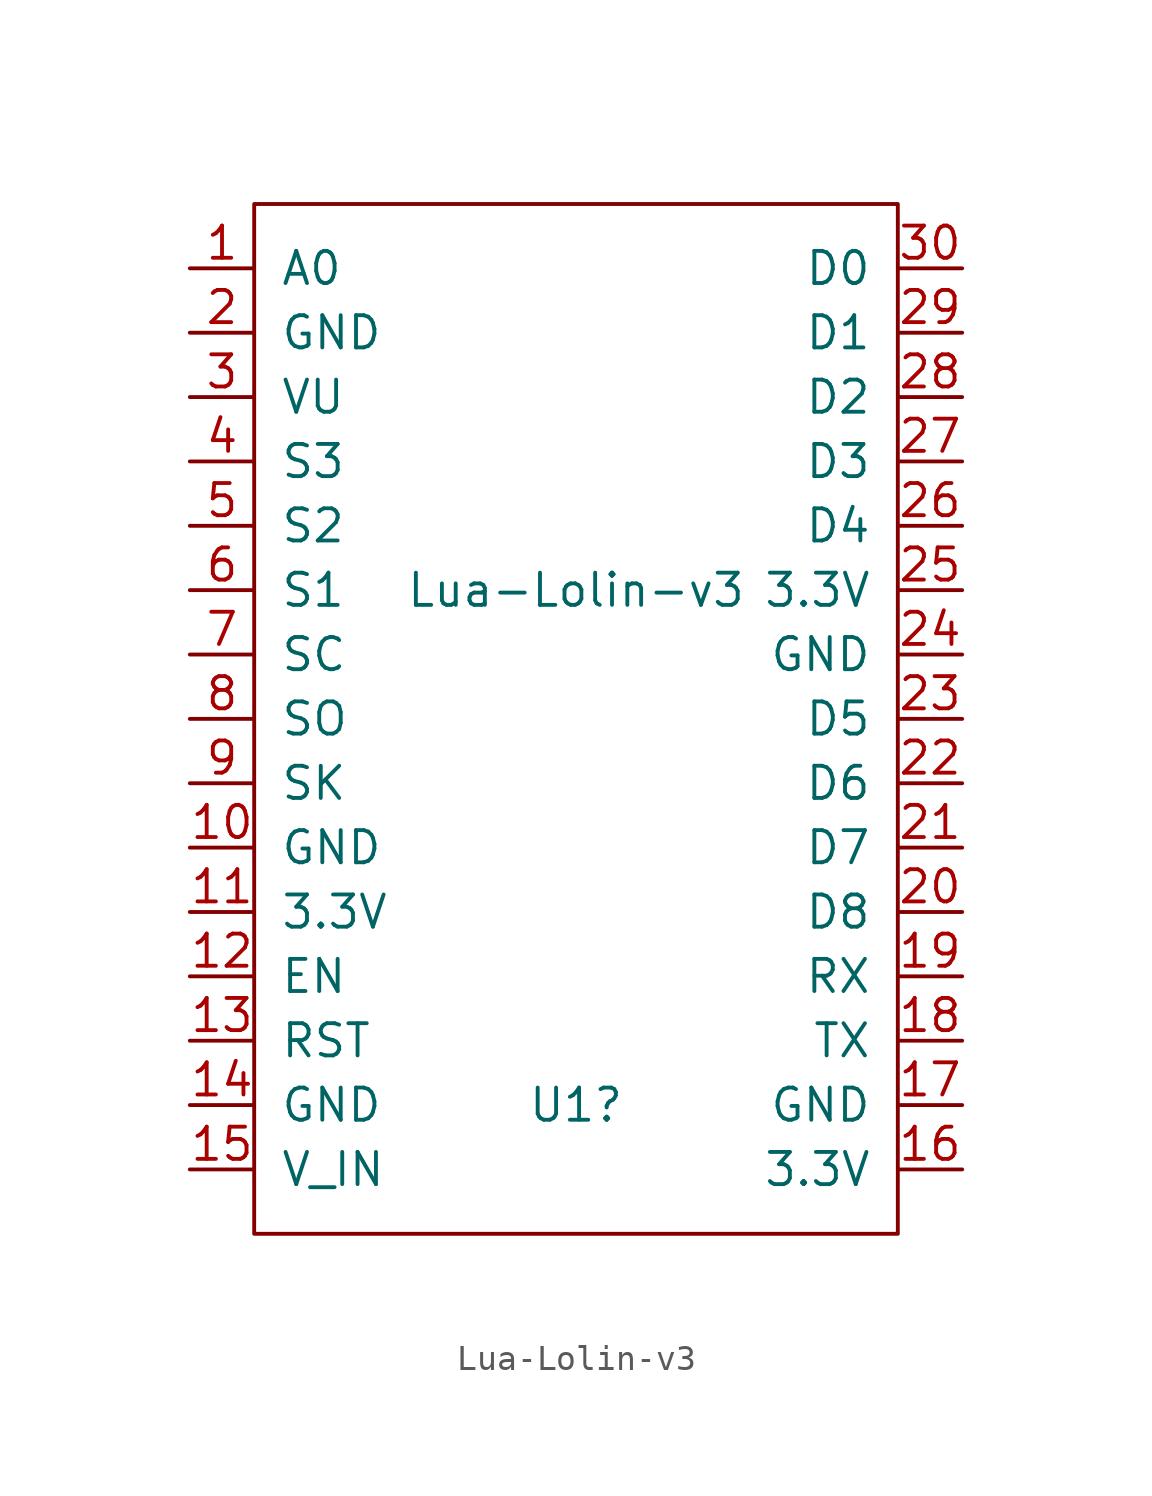
<source format=kicad_sym>
(kicad_symbol_lib
  (version 20211014)
  (generator kicad_symbol_editor)
  (symbol "Lua-Lolin-v3"
    (pin_names
      (offset 1.016))
    (property "Reference" "U1"
      (at 0 -15.24 0)
      (effects (font (size 1.27 1.27))))
    (property "Value" "Lua-Lolin-v3"
      (at 0 5.08 0)
      (effects (font (size 1.27 1.27))))
    (symbol "Lua-Lolin-v3_0_1"
      (rectangle (start -12.7 20.32) (end 12.7 -20.32) (stroke (width 0) (type default) (color 0 0 0 0)) (fill (type none))))
    (symbol "Lua-Lolin-v3_1_1"
      (pin bidirectional line (at -15.24 17.78 0) (length 2.54) (name "A0" (effects (font (size 1.27 1.27)))) (number "1" (effects (font (size 1.27 1.27)))))
      (pin power_in line (at -15.24 -5.08 0) (length 2.54) (name "GND" (effects (font (size 1.27 1.27)))) (number "10" (effects (font (size 1.27 1.27)))))
      (pin power_out line (at -15.24 -7.62 0) (length 2.54) (name "3.3V" (effects (font (size 1.27 1.27)))) (number "11" (effects (font (size 1.27 1.27)))))
      (pin input line (at -15.24 -10.16 0) (length 2.54) (name "EN" (effects (font (size 1.27 1.27)))) (number "12" (effects (font (size 1.27 1.27)))))
      (pin input line (at -15.24 -12.7 0) (length 2.54) (name "RST" (effects (font (size 1.27 1.27)))) (number "13" (effects (font (size 1.27 1.27)))))
      (pin power_in line (at -15.24 -15.24 0) (length 2.54) (name "GND" (effects (font (size 1.27 1.27)))) (number "14" (effects (font (size 1.27 1.27)))))
      (pin power_in line (at -15.24 -17.78 0) (length 2.54) (name "V_IN" (effects (font (size 1.27 1.27)))) (number "15" (effects (font (size 1.27 1.27)))))
      (pin power_out line (at 15.24 -17.78 180) (length 2.54) (name "3.3V" (effects (font (size 1.27 1.27)))) (number "16" (effects (font (size 1.27 1.27)))))
      (pin power_in line (at 15.24 -15.24 180) (length 2.54) (name "GND" (effects (font (size 1.27 1.27)))) (number "17" (effects (font (size 1.27 1.27)))))
      (pin output line (at 15.24 -12.7 180) (length 2.54) (name "TX" (effects (font (size 1.27 1.27)))) (number "18" (effects (font (size 1.27 1.27)))))
      (pin input line (at 15.24 -10.16 180) (length 2.54) (name "RX" (effects (font (size 1.27 1.27)))) (number "19" (effects (font (size 1.27 1.27)))))
      (pin power_in line (at -15.24 15.24 0) (length 2.54) (name "GND" (effects (font (size 1.27 1.27)))) (number "2" (effects (font (size 1.27 1.27)))))
      (pin bidirectional line (at 15.24 -7.62 180) (length 2.54) (name "D8" (effects (font (size 1.27 1.27)))) (number "20" (effects (font (size 1.27 1.27)))))
      (pin bidirectional line (at 15.24 -5.08 180) (length 2.54) (name "D7" (effects (font (size 1.27 1.27)))) (number "21" (effects (font (size 1.27 1.27)))))
      (pin bidirectional line (at 15.24 -2.54 180) (length 2.54) (name "D6" (effects (font (size 1.27 1.27)))) (number "22" (effects (font (size 1.27 1.27)))))
      (pin bidirectional line (at 15.24 0 180) (length 2.54) (name "D5" (effects (font (size 1.27 1.27)))) (number "23" (effects (font (size 1.27 1.27)))))
      (pin power_in line (at 15.24 2.54 180) (length 2.54) (name "GND" (effects (font (size 1.27 1.27)))) (number "24" (effects (font (size 1.27 1.27)))))
      (pin output line (at 15.24 5.08 180) (length 2.54) (name "3.3V" (effects (font (size 1.27 1.27)))) (number "25" (effects (font (size 1.27 1.27)))))
      (pin bidirectional line (at 15.24 7.62 180) (length 2.54) (name "D4" (effects (font (size 1.27 1.27)))) (number "26" (effects (font (size 1.27 1.27)))))
      (pin bidirectional line (at 15.24 10.16 180) (length 2.54) (name "D3" (effects (font (size 1.27 1.27)))) (number "27" (effects (font (size 1.27 1.27)))))
      (pin bidirectional line (at 15.24 12.7 180) (length 2.54) (name "D2" (effects (font (size 1.27 1.27)))) (number "28" (effects (font (size 1.27 1.27)))))
      (pin bidirectional line (at 15.24 15.24 180) (length 2.54) (name "D1" (effects (font (size 1.27 1.27)))) (number "29" (effects (font (size 1.27 1.27)))))
      (pin power_in line (at -15.24 12.7 0) (length 2.54) (name "VU" (effects (font (size 1.27 1.27)))) (number "3" (effects (font (size 1.27 1.27)))))
      (pin bidirectional line (at 15.24 17.78 180) (length 2.54) (name "D0" (effects (font (size 1.27 1.27)))) (number "30" (effects (font (size 1.27 1.27)))))
      (pin bidirectional line (at -15.24 10.16 0) (length 2.54) (name "S3" (effects (font (size 1.27 1.27)))) (number "4" (effects (font (size 1.27 1.27)))))
      (pin bidirectional line (at -15.24 7.62 0) (length 2.54) (name "S2" (effects (font (size 1.27 1.27)))) (number "5" (effects (font (size 1.27 1.27)))))
      (pin bidirectional line (at -15.24 5.08 0) (length 2.54) (name "S1" (effects (font (size 1.27 1.27)))) (number "6" (effects (font (size 1.27 1.27)))))
      (pin bidirectional line (at -15.24 2.54 0) (length 2.54) (name "SC" (effects (font (size 1.27 1.27)))) (number "7" (effects (font (size 1.27 1.27)))))
      (pin bidirectional line (at -15.24 0 0) (length 2.54) (name "SO" (effects (font (size 1.27 1.27)))) (number "8" (effects (font (size 1.27 1.27)))))
      (pin bidirectional line (at -15.24 -2.54 0) (length 2.54) (name "SK" (effects (font (size 1.27 1.27)))) (number "9" (effects (font (size 1.27 1.27))))))))
</source>
